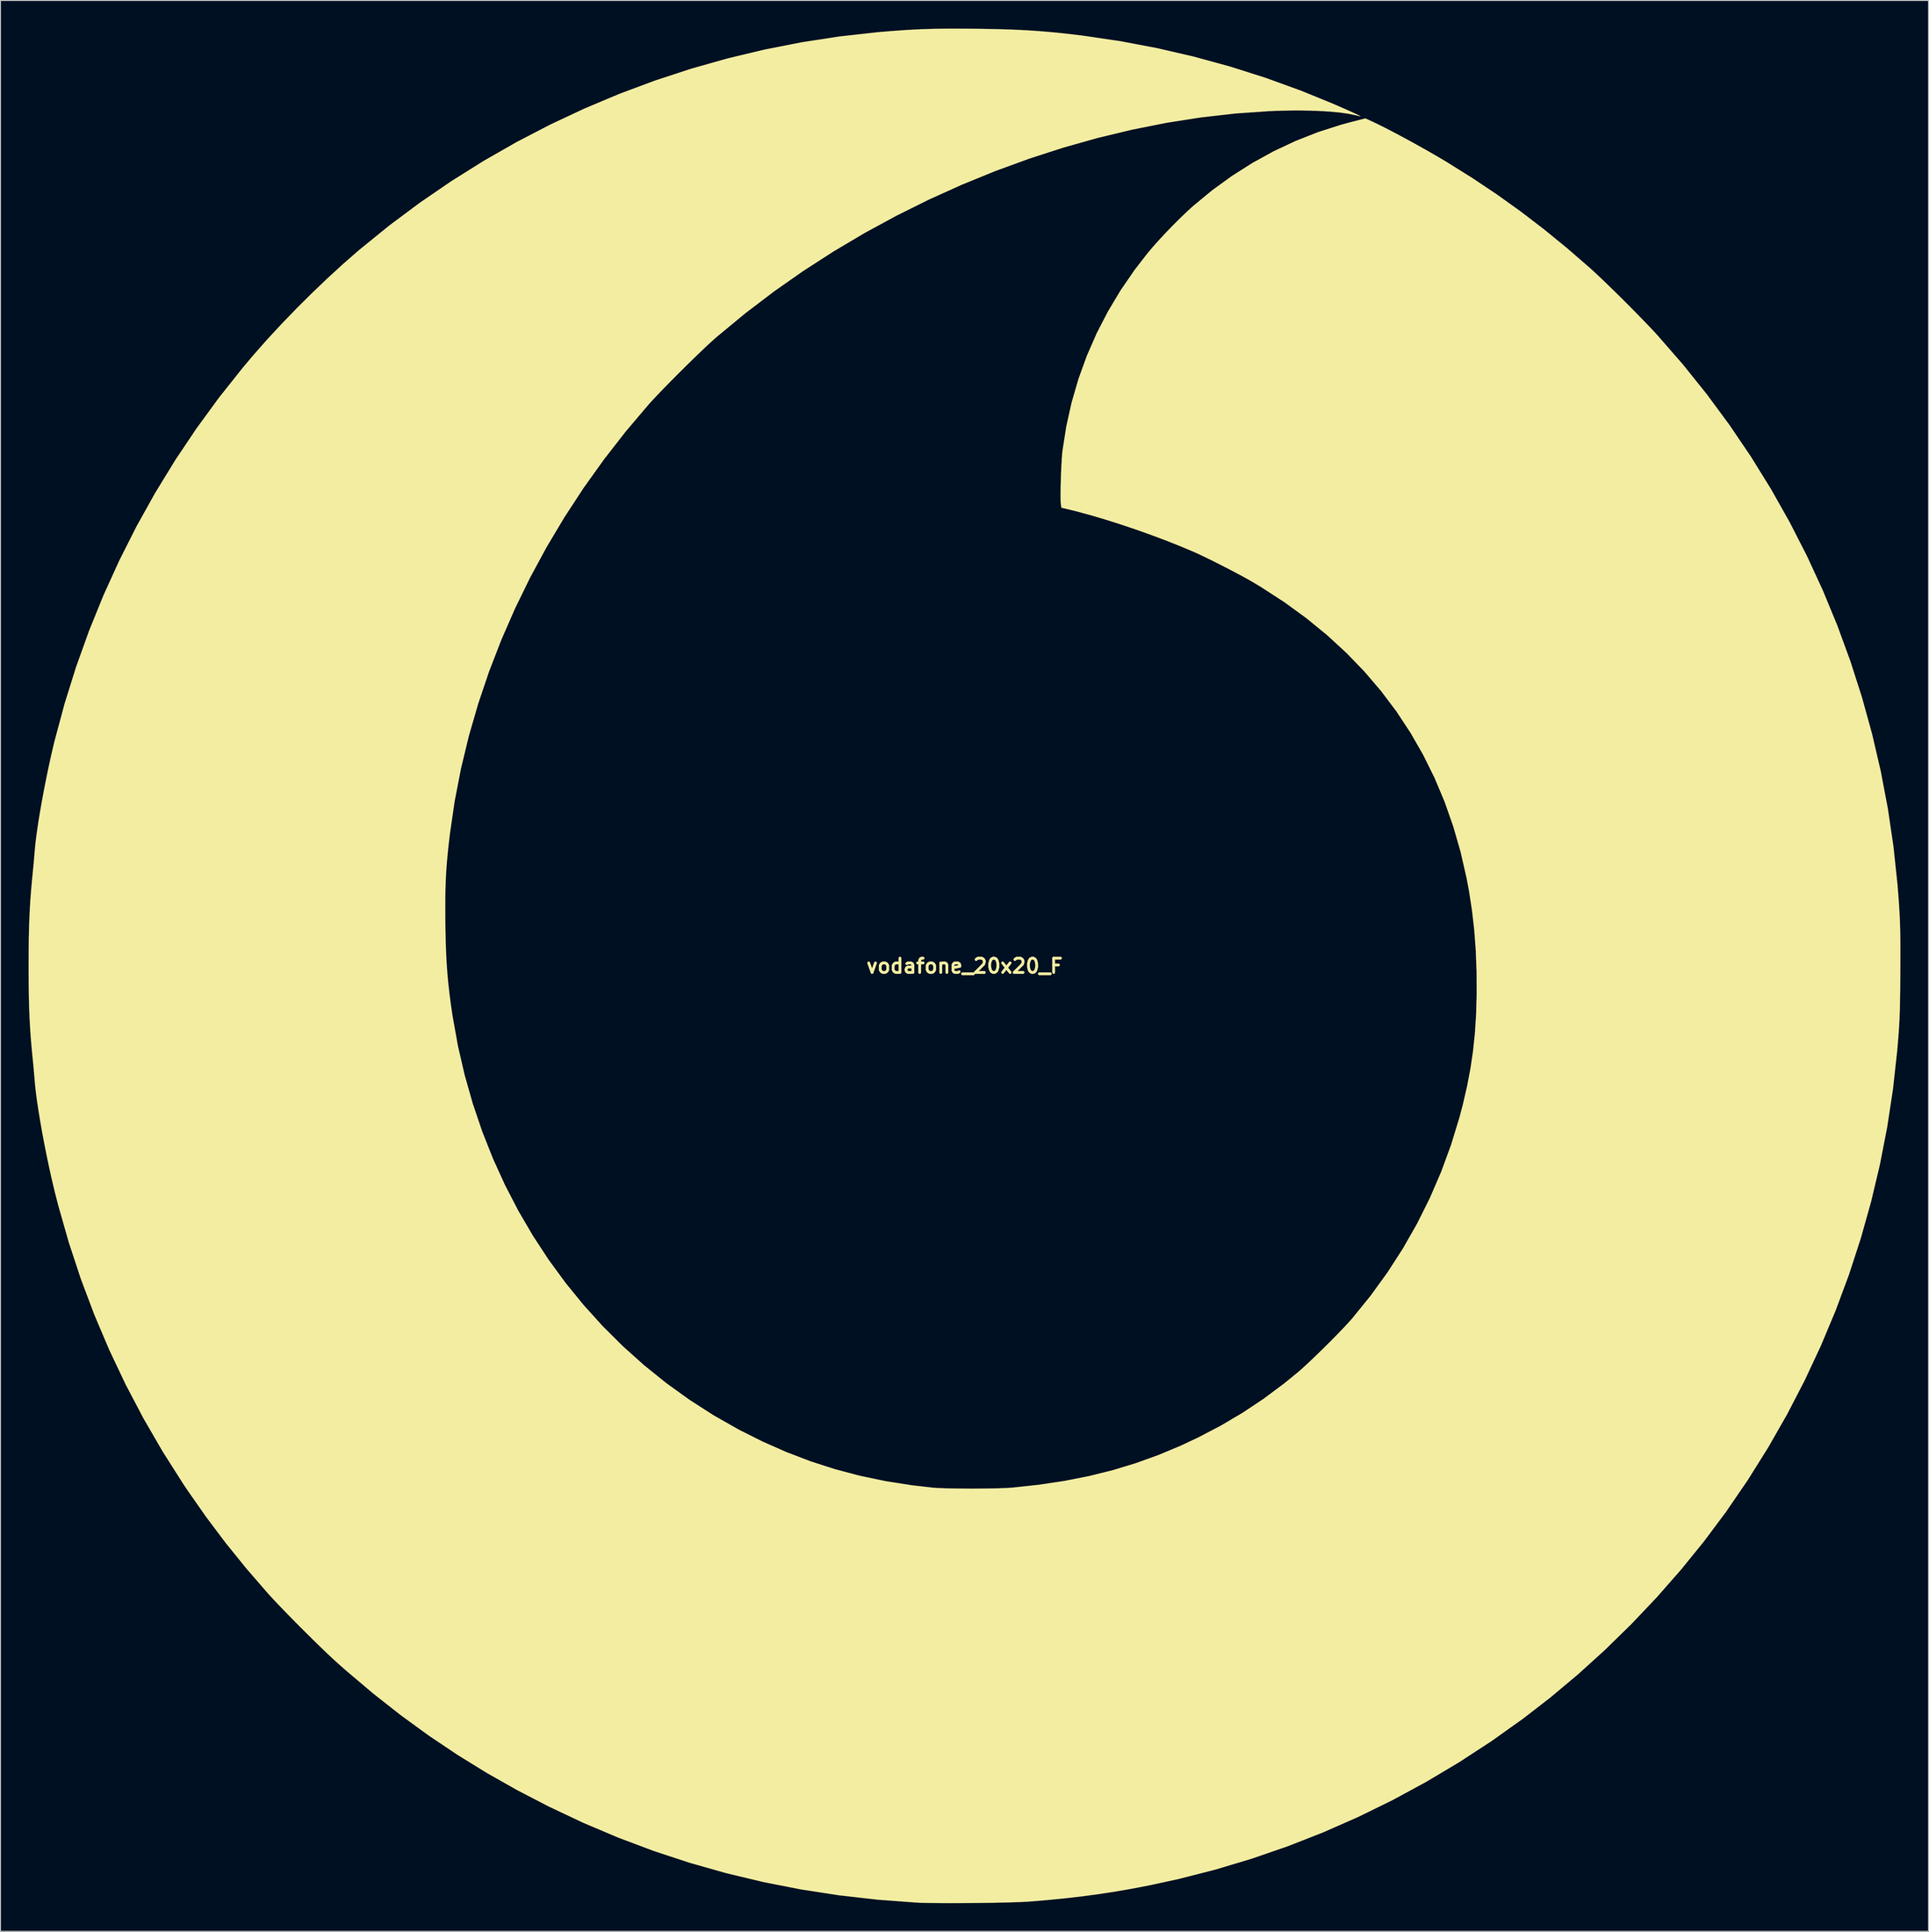
<source format=kicad_pcb>
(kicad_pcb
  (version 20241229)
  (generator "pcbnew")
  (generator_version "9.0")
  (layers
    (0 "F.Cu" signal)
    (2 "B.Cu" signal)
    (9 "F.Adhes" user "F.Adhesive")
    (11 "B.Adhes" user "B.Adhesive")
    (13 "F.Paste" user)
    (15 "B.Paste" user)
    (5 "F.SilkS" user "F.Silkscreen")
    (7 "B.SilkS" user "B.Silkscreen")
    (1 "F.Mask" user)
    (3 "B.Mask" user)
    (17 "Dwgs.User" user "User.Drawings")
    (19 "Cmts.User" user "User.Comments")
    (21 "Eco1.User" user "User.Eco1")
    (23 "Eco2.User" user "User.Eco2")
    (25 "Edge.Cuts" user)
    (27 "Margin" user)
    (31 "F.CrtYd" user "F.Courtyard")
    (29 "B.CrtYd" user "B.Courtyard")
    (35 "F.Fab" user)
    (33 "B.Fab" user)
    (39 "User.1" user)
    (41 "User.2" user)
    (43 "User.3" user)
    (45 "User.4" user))
  (footprint "vodafone_20x20_F"
    (layer "F.Cu")
    (at 99.89 99.986)
    (property "Reference" "vodafone_20x20_F" (at 0 0 0) (layer "F.SilkS") (effects (font (size 1.524 1.524) (thickness 0.3))))
    (attr through_hole)
    (fp_poly (pts (xy -0.079 -99.978) (xy 1.213 -99.966) (xy 2.746 -99.943) (xy 4.143 -99.909) (xy 5.435 -99.863) (xy 6.656 -99.802) (xy 7.838 -99.724) (xy 9.012 -99.628) (xy 10.213 -99.511) (xy 11.472 -99.37) (xy 12.658 -99.226) (xy 16.606 -98.645) (xy 20.54 -97.901) (xy 24.448 -96.998) (xy 28.315 -95.941) (xy 32.128 -94.731) (xy 35.872 -93.374) (xy 39.074 -92.072) (xy 39.847 -91.739) (xy 40.53 -91.441) (xy 41.112 -91.182) (xy 41.584 -90.967) (xy 41.937 -90.801) (xy 42.161 -90.687) (xy 42.246 -90.631) (xy 42.206 -90.63) (xy 42.015 -90.675) (xy 41.756 -90.739) (xy 41.698 -90.753) (xy 40.971 -90.903) (xy 40.095 -91.028) (xy 39.088 -91.126) (xy 37.968 -91.197) (xy 36.754 -91.24) (xy 35.465 -91.255) (xy 34.117 -91.239) (xy 32.731 -91.194) (xy 32.512 -91.183) (xy 28.877 -90.929) (xy 25.219 -90.513) (xy 21.547 -89.937) (xy 17.871 -89.205) (xy 14.198 -88.322) (xy 10.539 -87.291) (xy 6.901 -86.115) (xy 3.294 -84.798) (xy -0.273 -83.344) (xy -3.792 -81.756) (xy -7.253 -80.039) (xy -10.649 -78.195) (xy -13.969 -76.228) (xy -17.205 -74.143) (xy -20.349 -71.942) (xy -23.39 -69.629) (xy -26.321 -67.209) (xy -26.655 -66.92) (xy -27.085 -66.535) (xy -27.611 -66.047) (xy -28.213 -65.476) (xy -28.871 -64.84) (xy -29.565 -64.161) (xy -30.276 -63.458) (xy -30.982 -62.751) (xy -31.665 -62.059) (xy -32.304 -61.404) (xy -32.879 -60.803) (xy -33.37 -60.279) (xy -33.711 -59.902) (xy -36.157 -57.019) (xy -38.471 -54.051) (xy -40.65 -51.005) (xy -42.693 -47.885) (xy -44.595 -44.699) (xy -46.355 -41.453) (xy -47.968 -38.153) (xy -49.433 -34.805) (xy -50.745 -31.416) (xy -51.903 -27.993) (xy -52.904 -24.54) (xy -53.744 -21.065) (xy -54.421 -17.574) (xy -54.931 -14.073) (xy -54.943 -13.97) (xy -55.069 -12.889) (xy -55.172 -11.908) (xy -55.255 -10.993) (xy -55.319 -10.113) (xy -55.366 -9.235) (xy -55.398 -8.325) (xy -55.416 -7.352) (xy -55.421 -6.283) (xy -55.416 -5.084) (xy -55.414 -4.784) (xy -55.393 -3.293) (xy -55.355 -1.936) (xy -55.298 -0.675) (xy -55.219 0.525) (xy -55.115 1.7) (xy -54.984 2.885) (xy -54.823 4.118) (xy -54.644 5.334) (xy -54.075 8.511) (xy -53.355 11.627) (xy -52.488 14.677) (xy -51.477 17.658) (xy -50.326 20.564) (xy -49.037 23.39) (xy -47.614 26.133) (xy -46.061 28.787) (xy -44.381 31.349) (xy -42.576 33.813) (xy -40.651 36.174) (xy -38.609 38.43) (xy -36.453 40.573) (xy -34.187 42.601) (xy -31.813 44.509) (xy -29.335 46.291) (xy -26.757 47.944) (xy -24.081 49.463) (xy -21.57 50.722) (xy -18.999 51.857) (xy -16.414 52.843) (xy -13.795 53.685) (xy -11.125 54.389) (xy -8.386 54.959) (xy -5.56 55.4) (xy -3.429 55.643) (xy -2.985 55.676) (xy -2.399 55.702) (xy -1.699 55.723) (xy -0.914 55.737) (xy -0.071 55.746) (xy 0.802 55.749) (xy 1.678 55.745) (xy 2.529 55.736) (xy 3.326 55.72) (xy 4.042 55.699) (xy 4.649 55.672) (xy 5.08 55.642) (xy 7.922 55.338) (xy 10.644 54.93) (xy 13.264 54.414) (xy 15.799 53.785) (xy 18.267 53.037) (xy 20.685 52.167) (xy 23.071 51.17) (xy 24.934 50.294) (xy 27.373 49.018) (xy 29.69 47.648) (xy 31.918 46.165) (xy 34.088 44.547) (xy 35.56 43.349) (xy 35.994 42.97) (xy 36.52 42.49) (xy 37.114 41.931) (xy 37.752 41.317) (xy 38.412 40.671) (xy 39.072 40.014) (xy 39.707 39.371) (xy 40.294 38.764) (xy 40.812 38.215) (xy 41.235 37.749) (xy 41.372 37.592) (xy 43.325 35.186) (xy 45.131 32.695) (xy 46.791 30.123) (xy 48.301 27.474) (xy 49.66 24.749) (xy 50.867 21.953) (xy 51.92 19.088) (xy 52.818 16.158) (xy 53.171 14.818) (xy 53.623 12.869) (xy 53.986 10.976) (xy 54.265 9.098) (xy 54.466 7.192) (xy 54.593 5.218) (xy 54.652 3.133) (xy 54.655 2.879) (xy 54.642 0.533) (xy 54.557 -1.691) (xy 54.397 -3.828) (xy 54.16 -5.911) (xy 53.842 -7.973) (xy 53.583 -9.356) (xy 52.939 -12.174) (xy 52.153 -14.901) (xy 51.224 -17.537) (xy 50.153 -20.081) (xy 48.939 -22.532) (xy 47.584 -24.892) (xy 46.088 -27.159) (xy 44.45 -29.332) (xy 42.671 -31.413) (xy 40.75 -33.4) (xy 38.689 -35.294) (xy 36.488 -37.093) (xy 34.146 -38.798) (xy 31.664 -40.408) (xy 30.776 -40.941) (xy 30.236 -41.25) (xy 29.579 -41.61) (xy 28.84 -42.005) (xy 28.05 -42.417) (xy 27.244 -42.83) (xy 26.453 -43.227) (xy 25.711 -43.591) (xy 25.051 -43.905) (xy 24.511 -44.15) (xy 23.054 -44.766) (xy 21.501 -45.382) (xy 19.883 -45.988) (xy 18.233 -46.574) (xy 16.581 -47.129) (xy 14.961 -47.641) (xy 13.403 -48.1) (xy 11.939 -48.496) (xy 10.988 -48.73) (xy 10.335 -48.882) (xy 10.279 -49.26) (xy 10.259 -49.506) (xy 10.249 -49.893) (xy 10.248 -50.392) (xy 10.255 -50.974) (xy 10.269 -51.611) (xy 10.29 -52.275) (xy 10.316 -52.936) (xy 10.347 -53.567) (xy 10.381 -54.139) (xy 10.418 -54.623) (xy 10.452 -54.949) (xy 10.861 -57.56) (xy 11.432 -60.122) (xy 12.162 -62.631) (xy 13.052 -65.083) (xy 14.098 -67.476) (xy 15.3 -69.806) (xy 16.656 -72.069) (xy 18.164 -74.262) (xy 19.532 -76.028) (xy 20.121 -76.724) (xy 20.809 -77.491) (xy 21.56 -78.296) (xy 22.343 -79.102) (xy 23.123 -79.875) (xy 23.866 -80.581) (xy 24.384 -81.05) (xy 26.41 -82.724) (xy 28.525 -84.26) (xy 30.723 -85.654) (xy 32.994 -86.902) (xy 35.332 -87.999) (xy 37.728 -88.942) (xy 40.175 -89.726) (xy 41.179 -89.998) (xy 42.777 -90.407) (xy 43.507 -90.071) (xy 44.142 -89.769) (xy 44.894 -89.393) (xy 45.737 -88.957) (xy 46.646 -88.475) (xy 47.593 -87.962) (xy 48.553 -87.431) (xy 49.498 -86.899) (xy 50.402 -86.378) (xy 51.24 -85.883) (xy 51.468 -85.746) (xy 54.201 -84.037) (xy 56.817 -82.29) (xy 59.349 -80.479) (xy 61.83 -78.58) (xy 64.294 -76.569) (xy 66.717 -74.47) (xy 67.238 -73.996) (xy 67.854 -73.419) (xy 68.541 -72.761) (xy 69.279 -72.044) (xy 70.047 -71.288) (xy 70.822 -70.515) (xy 71.584 -69.746) (xy 72.311 -69.002) (xy 72.982 -68.306) (xy 73.574 -67.679) (xy 73.943 -67.278) (xy 76.647 -64.178) (xy 79.212 -60.983) (xy 81.637 -57.697) (xy 83.921 -54.325) (xy 86.06 -50.87) (xy 88.054 -47.337) (xy 89.9 -43.731) (xy 91.596 -40.056) (xy 93.141 -36.316) (xy 94.533 -32.516) (xy 95.77 -28.659) (xy 96.85 -24.751) (xy 97.771 -20.795) (xy 98.531 -16.797) (xy 99.129 -12.76) (xy 99.562 -8.688) (xy 99.651 -7.578) (xy 99.707 -6.813) (xy 99.753 -6.113) (xy 99.79 -5.454) (xy 99.82 -4.81) (xy 99.842 -4.157) (xy 99.858 -3.471) (xy 99.868 -2.727) (xy 99.873 -1.9) (xy 99.873 -0.966) (xy 99.868 0.1) (xy 99.865 0.72) (xy 99.857 1.836) (xy 99.847 2.808) (xy 99.834 3.661) (xy 99.818 4.419) (xy 99.797 5.108) (xy 99.771 5.752) (xy 99.738 6.376) (xy 99.697 7.006) (xy 99.647 7.666) (xy 99.588 8.381) (xy 99.524 9.102) (xy 99.076 13.164) (xy 98.461 17.195) (xy 97.683 21.192) (xy 96.742 25.15) (xy 95.641 29.063) (xy 94.381 32.928) (xy 92.964 36.739) (xy 91.392 40.492) (xy 89.667 44.182) (xy 87.79 47.805) (xy 85.762 51.355) (xy 83.587 54.828) (xy 81.265 58.22) (xy 81.213 58.293) (xy 78.908 61.375) (xy 76.456 64.395) (xy 73.871 67.337) (xy 71.167 70.189) (xy 68.358 72.936) (xy 65.459 75.562) (xy 62.482 78.055) (xy 59.605 80.279) (xy 56.236 82.676) (xy 52.788 84.925) (xy 49.263 87.025) (xy 45.667 88.973) (xy 42.002 90.769) (xy 38.271 92.41) (xy 34.479 93.896) (xy 30.628 95.224) (xy 26.722 96.394) (xy 22.765 97.403) (xy 19.643 98.078) (xy 17.842 98.422) (xy 16.091 98.726) (xy 14.35 98.993) (xy 12.585 99.23) (xy 10.757 99.441) (xy 8.83 99.63) (xy 6.985 99.787) (xy 6.506 99.817) (xy 5.881 99.845) (xy 5.132 99.871) (xy 4.282 99.894) (xy 3.354 99.913) (xy 2.37 99.93) (xy 1.353 99.943) (xy 0.326 99.952) (xy -0.688 99.957) (xy -1.667 99.958) (xy -2.588 99.955) (xy -3.428 99.948) (xy -4.164 99.935) (xy -4.773 99.918) (xy -5.122 99.902) (xy -9.306 99.589) (xy -13.426 99.119) (xy -17.485 98.492) (xy -21.485 97.707) (xy -25.429 96.763) (xy -29.319 95.661) (xy -33.158 94.398) (xy -36.948 92.975) (xy -40.691 91.391) (xy -44.365 89.657) (xy -47.725 87.916) (xy -50.967 86.082) (xy -54.111 84.144) (xy -57.174 82.09) (xy -60.174 79.908) (xy -63.129 77.584) (xy -66.057 75.108) (xy -67.014 74.26) (xy -67.512 73.804) (xy -68.105 73.246) (xy -68.771 72.605) (xy -69.489 71.904) (xy -70.239 71.163) (xy -70.999 70.404) (xy -71.748 69.647) (xy -72.465 68.914) (xy -73.129 68.225) (xy -73.719 67.602) (xy -74.214 67.066) (xy -74.338 66.929) (xy -76.661 64.248) (xy -78.848 61.545) (xy -80.93 58.778) (xy -82.938 55.907) (xy -83.353 55.287) (xy -85.561 51.817) (xy -87.618 48.27) (xy -89.522 44.65) (xy -91.273 40.958) (xy -92.87 37.198) (xy -94.312 33.372) (xy -95.596 29.483) (xy -96.723 25.532) (xy -97.113 24.003) (xy -97.392 22.832) (xy -97.667 21.603) (xy -97.934 20.34) (xy -98.188 19.066) (xy -98.426 17.805) (xy -98.642 16.581) (xy -98.833 15.417) (xy -98.995 14.338) (xy -99.122 13.366) (xy -99.212 12.527) (xy -99.232 12.279) (xy -99.277 11.728) (xy -99.332 11.095) (xy -99.391 10.463) (xy -99.437 10.006) (xy -99.547 8.881) (xy -99.64 7.812) (xy -99.715 6.772) (xy -99.774 5.729) (xy -99.82 4.655) (xy -99.852 3.52) (xy -99.873 2.294) (xy -99.883 0.948) (xy -99.885 0) (xy -99.88 -1.44) (xy -99.867 -2.74) (xy -99.842 -3.93) (xy -99.805 -5.04) (xy -99.755 -6.1) (xy -99.69 -7.138) (xy -99.609 -8.185) (xy -99.51 -9.27) (xy -99.437 -10.006) (xy -99.381 -10.571) (xy -99.322 -11.209) (xy -99.268 -11.834) (xy -99.232 -12.279) (xy -99.157 -13.066) (xy -99.042 -13.993) (xy -98.892 -15.036) (xy -98.712 -16.17) (xy -98.504 -17.373) (xy -98.274 -18.619) (xy -98.027 -19.887) (xy -97.765 -21.15) (xy -97.495 -22.386) (xy -97.219 -23.571) (xy -97.114 -24.003) (xy -96.047 -27.972) (xy -94.822 -31.883) (xy -93.44 -35.734) (xy -91.903 -39.519) (xy -90.214 -43.235) (xy -88.374 -46.878) (xy -86.385 -50.445) (xy -84.25 -53.931) (xy -81.97 -57.332) (xy -79.548 -60.645) (xy -76.985 -63.865) (xy -75.867 -65.19) (xy -74.455 -66.789) (xy -72.93 -68.436) (xy -71.324 -70.098) (xy -69.67 -71.744) (xy -68 -73.34) (xy -66.345 -74.856) (xy -64.739 -76.259) (xy -64.601 -76.377) (xy -61.418 -78.96) (xy -58.142 -81.404) (xy -54.779 -83.706) (xy -51.333 -85.866) (xy -47.809 -87.88) (xy -44.211 -89.747) (xy -40.545 -91.464) (xy -36.815 -93.031) (xy -33.026 -94.444) (xy -29.184 -95.702) (xy -25.291 -96.803) (xy -21.355 -97.744) (xy -17.379 -98.525) (xy -13.368 -99.142) (xy -9.326 -99.593) (xy -8.705 -99.648) (xy -7.558 -99.741) (xy -6.494 -99.816) (xy -5.481 -99.877) (xy -4.489 -99.922) (xy -3.484 -99.954) (xy -2.435 -99.973) (xy -1.311 -99.981) (xy -0.079 -99.978)) (stroke (width 0.01) (type solid)) (fill yes) (layer "F.SilkS")))
  (gr_rect
    (start -3 -3)
    (end 202.767 202.949)
    (stroke (width 0.1) (type default))
    (fill no)
    (layer "Edge.Cuts")))
</source>
